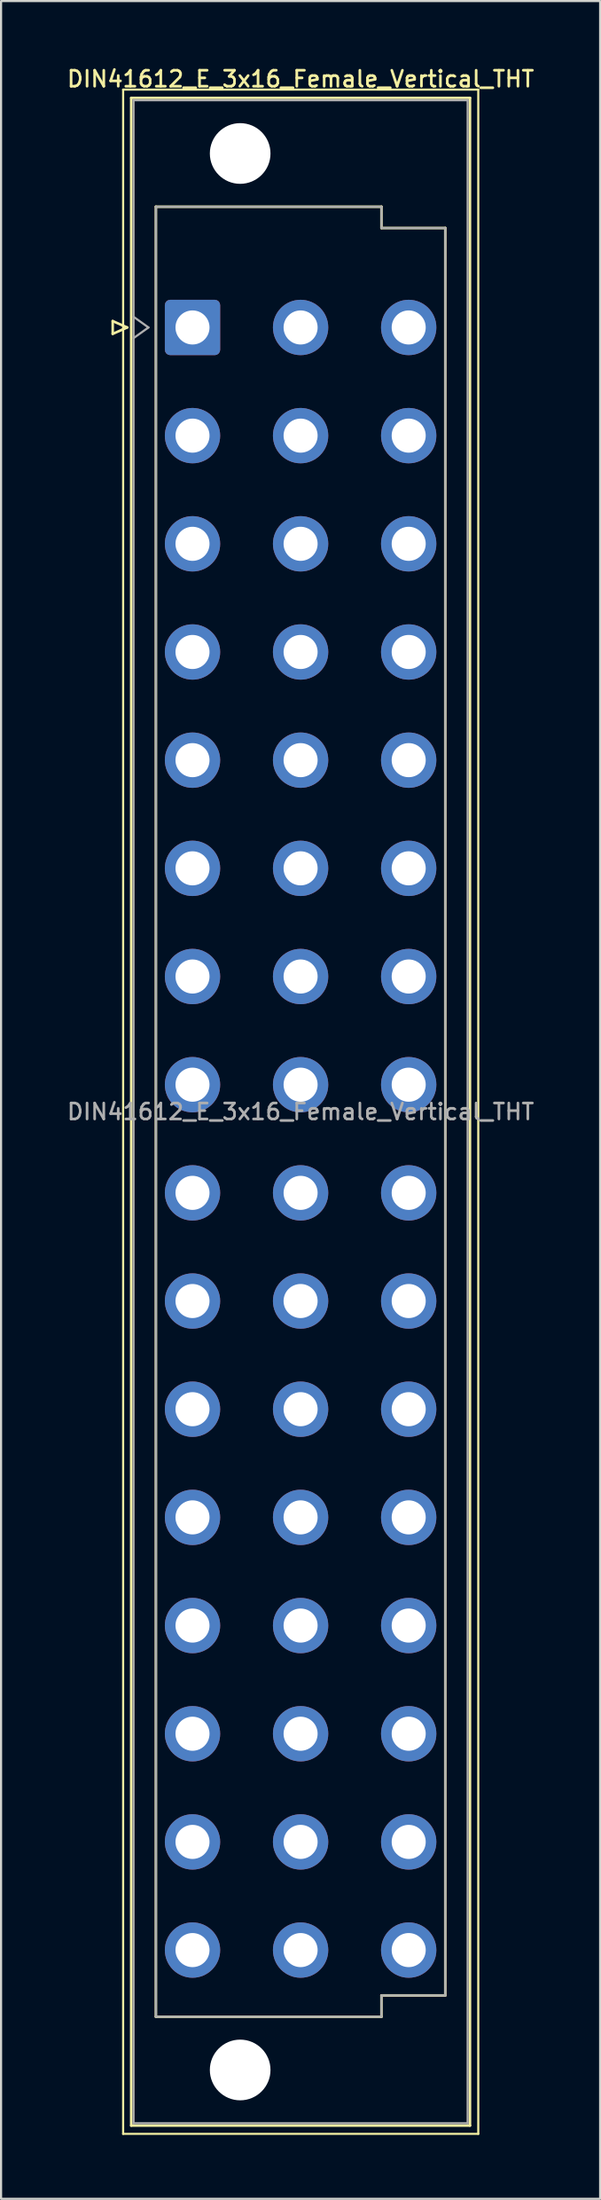
<source format=kicad_pcb>
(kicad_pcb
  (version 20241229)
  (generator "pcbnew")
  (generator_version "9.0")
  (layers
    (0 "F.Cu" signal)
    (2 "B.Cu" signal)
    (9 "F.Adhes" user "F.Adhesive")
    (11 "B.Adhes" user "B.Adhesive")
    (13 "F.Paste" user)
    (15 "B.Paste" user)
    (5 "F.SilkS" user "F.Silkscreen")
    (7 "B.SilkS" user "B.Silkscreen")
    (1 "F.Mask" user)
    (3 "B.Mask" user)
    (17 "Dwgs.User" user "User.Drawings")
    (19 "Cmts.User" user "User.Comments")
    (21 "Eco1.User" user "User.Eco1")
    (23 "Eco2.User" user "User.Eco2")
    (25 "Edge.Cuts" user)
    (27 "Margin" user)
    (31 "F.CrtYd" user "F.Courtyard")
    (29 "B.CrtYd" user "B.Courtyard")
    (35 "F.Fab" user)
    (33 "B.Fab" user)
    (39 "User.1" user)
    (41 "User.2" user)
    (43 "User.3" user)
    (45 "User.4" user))
  (footprint "DIN41612_E_3x16_Female_Vertical_THT"
    (layer "F.Cu")
    (at 5.997 9.788)
    (property "Reference" "DIN41612_E_3x16_Female_Vertical_THT" (at 5.08 -9.13 0) (layer "F.SilkS") (effects (font (size 0.75 0.75) (thickness 0.125))))
    (attr through_hole)
    (fp_line (start -3.75 2.24) (end -3.75 2.84) (stroke (width 0.12) (type solid)) (layer "F.SilkS"))
    (fp_line (start -3.75 2.84) (end -3.07 2.54) (stroke (width 0.12) (type solid)) (layer "F.SilkS"))
    (fp_line (start -3.26 -8.63) (end 13.43 -8.63) (stroke (width 0.1) (type solid)) (layer "F.SilkS"))
    (fp_line (start -3.26 87.37) (end -3.26 -8.63) (stroke (width 0.1) (type solid)) (layer "F.SilkS"))
    (fp_line (start -3.07 2.54) (end -3.75 2.24) (stroke (width 0.12) (type solid)) (layer "F.SilkS"))
    (fp_line (start -2.88 -8.24) (end 13.04 -8.24) (stroke (width 0.12) (type solid)) (layer "F.SilkS"))
    (fp_line (start -2.88 86.98) (end -2.88 -8.24) (stroke (width 0.12) (type solid)) (layer "F.SilkS"))
    (fp_line (start -1.72 -3.131) (end 8.88 -3.131) (stroke (width 0.12) (type solid)) (layer "F.SilkS"))
    (fp_line (start -1.72 81.87) (end -1.72 -3.131) (stroke (width 0.12) (type solid)) (layer "F.SilkS"))
    (fp_line (start 8.88 -3.131) (end 8.88 -2.131) (stroke (width 0.12) (type solid)) (layer "F.SilkS"))
    (fp_line (start 8.88 -2.131) (end 11.88 -2.131) (stroke (width 0.12) (type solid)) (layer "F.SilkS"))
    (fp_line (start 8.88 80.87) (end 8.88 81.87) (stroke (width 0.12) (type solid)) (layer "F.SilkS"))
    (fp_line (start 8.88 81.87) (end -1.72 81.87) (stroke (width 0.12) (type solid)) (layer "F.SilkS"))
    (fp_line (start 11.88 -2.131) (end 11.88 80.87) (stroke (width 0.12) (type solid)) (layer "F.SilkS"))
    (fp_line (start 11.88 80.87) (end 8.88 80.87) (stroke (width 0.12) (type solid)) (layer "F.SilkS"))
    (fp_line (start 13.04 -8.24) (end 13.04 86.98) (stroke (width 0.12) (type solid)) (layer "F.SilkS"))
    (fp_line (start 13.04 86.98) (end -2.88 86.98) (stroke (width 0.12) (type solid)) (layer "F.SilkS"))
    (fp_line (start 13.43 -8.63) (end 13.43 87.37) (stroke (width 0.1) (type solid)) (layer "F.SilkS"))
    (fp_line (start 13.43 87.37) (end -3.26 87.37) (stroke (width 0.1) (type solid)) (layer "F.SilkS"))
    (fp_line (start -2.77 -8.13) (end 12.93 -8.13) (stroke (width 0.1) (type solid)) (layer "F.Fab"))
    (fp_line (start -2.77 2.04) (end -2.07 2.54) (stroke (width 0.1) (type solid)) (layer "F.Fab"))
    (fp_line (start -2.77 86.87) (end -2.77 -8.13) (stroke (width 0.1) (type solid)) (layer "F.Fab"))
    (fp_line (start -2.07 2.54) (end -2.77 3.04) (stroke (width 0.1) (type solid)) (layer "F.Fab"))
    (fp_line (start -1.72 -3.13) (end 8.88 -3.13) (stroke (width 0.1) (type solid)) (layer "F.Fab"))
    (fp_line (start -1.72 81.87) (end -1.72 -3.13) (stroke (width 0.1) (type solid)) (layer "F.Fab"))
    (fp_line (start 8.88 -3.13) (end 8.88 -2.13) (stroke (width 0.1) (type solid)) (layer "F.Fab"))
    (fp_line (start 8.88 -2.13) (end 11.88 -2.13) (stroke (width 0.1) (type solid)) (layer "F.Fab"))
    (fp_line (start 8.88 80.87) (end 8.88 81.87) (stroke (width 0.1) (type solid)) (layer "F.Fab"))
    (fp_line (start 8.88 81.87) (end -1.72 81.87) (stroke (width 0.1) (type solid)) (layer "F.Fab"))
    (fp_line (start 11.88 -2.13) (end 11.88 80.87) (stroke (width 0.1) (type solid)) (layer "F.Fab"))
    (fp_line (start 11.88 80.87) (end 8.88 80.87) (stroke (width 0.1) (type solid)) (layer "F.Fab"))
    (fp_line (start 12.93 -8.13) (end 12.93 86.87) (stroke (width 0.1) (type solid)) (layer "F.Fab"))
    (fp_line (start 12.93 86.87) (end -2.77 86.87) (stroke (width 0.1) (type solid)) (layer "F.Fab"))
    (fp_text user "${REFERENCE}" (at 5.08 39.37 0) (layer "F.Fab") (effects (font (size 0.75 0.75) (thickness 0.125))))
    (pad "" np_thru_hole circle (at 2.24 -5.63) (size 2.85 2.85) (drill 2.85) (layers "*.Cu" "*.Mask"))
    (pad "" np_thru_hole circle (at 2.24 84.37) (size 2.85 2.85) (drill 2.85) (layers "*.Cu" "*.Mask"))
    (pad "a2" thru_hole roundrect (at 0 2.54) (size 2.6 2.6) (drill 1.6) (layers "*.Cu" "*.Mask") (roundrect_rratio 0.096))
    (pad "a4" thru_hole circle (at 0 7.62) (size 2.6 2.6) (drill 1.6) (layers "*.Cu" "*.Mask"))
    (pad "a6" thru_hole circle (at 0 12.7) (size 2.6 2.6) (drill 1.6) (layers "*.Cu" "*.Mask"))
    (pad "a8" thru_hole circle (at 0 17.78) (size 2.6 2.6) (drill 1.6) (layers "*.Cu" "*.Mask"))
    (pad "a10" thru_hole circle (at 0 22.86) (size 2.6 2.6) (drill 1.6) (layers "*.Cu" "*.Mask"))
    (pad "a12" thru_hole circle (at 0 27.94) (size 2.6 2.6) (drill 1.6) (layers "*.Cu" "*.Mask"))
    (pad "a14" thru_hole circle (at 0 33.02) (size 2.6 2.6) (drill 1.6) (layers "*.Cu" "*.Mask"))
    (pad "a16" thru_hole circle (at 0 38.1) (size 2.6 2.6) (drill 1.6) (layers "*.Cu" "*.Mask"))
    (pad "a18" thru_hole circle (at 0 43.18) (size 2.6 2.6) (drill 1.6) (layers "*.Cu" "*.Mask"))
    (pad "a20" thru_hole circle (at 0 48.26) (size 2.6 2.6) (drill 1.6) (layers "*.Cu" "*.Mask"))
    (pad "a22" thru_hole circle (at 0 53.34) (size 2.6 2.6) (drill 1.6) (layers "*.Cu" "*.Mask"))
    (pad "a24" thru_hole circle (at 0 58.42) (size 2.6 2.6) (drill 1.6) (layers "*.Cu" "*.Mask"))
    (pad "a26" thru_hole circle (at 0 63.5) (size 2.6 2.6) (drill 1.6) (layers "*.Cu" "*.Mask"))
    (pad "a28" thru_hole circle (at 0 68.58) (size 2.6 2.6) (drill 1.6) (layers "*.Cu" "*.Mask"))
    (pad "a30" thru_hole circle (at 0 73.66) (size 2.6 2.6) (drill 1.6) (layers "*.Cu" "*.Mask"))
    (pad "a32" thru_hole circle (at 0 78.74) (size 2.6 2.6) (drill 1.6) (layers "*.Cu" "*.Mask"))
    (pad "c2" thru_hole circle (at 5.08 2.54) (size 2.6 2.6) (drill 1.6) (layers "*.Cu" "*.Mask"))
    (pad "c4" thru_hole circle (at 5.08 7.62) (size 2.6 2.6) (drill 1.6) (layers "*.Cu" "*.Mask"))
    (pad "c6" thru_hole circle (at 5.08 12.7) (size 2.6 2.6) (drill 1.6) (layers "*.Cu" "*.Mask"))
    (pad "c8" thru_hole circle (at 5.08 17.78) (size 2.6 2.6) (drill 1.6) (layers "*.Cu" "*.Mask"))
    (pad "c10" thru_hole circle (at 5.08 22.86) (size 2.6 2.6) (drill 1.6) (layers "*.Cu" "*.Mask"))
    (pad "c12" thru_hole circle (at 5.08 27.94) (size 2.6 2.6) (drill 1.6) (layers "*.Cu" "*.Mask"))
    (pad "c14" thru_hole circle (at 5.08 33.02) (size 2.6 2.6) (drill 1.6) (layers "*.Cu" "*.Mask"))
    (pad "c16" thru_hole circle (at 5.08 38.1) (size 2.6 2.6) (drill 1.6) (layers "*.Cu" "*.Mask"))
    (pad "c18" thru_hole circle (at 5.08 43.18) (size 2.6 2.6) (drill 1.6) (layers "*.Cu" "*.Mask"))
    (pad "c20" thru_hole circle (at 5.08 48.26) (size 2.6 2.6) (drill 1.6) (layers "*.Cu" "*.Mask"))
    (pad "c22" thru_hole circle (at 5.08 53.34) (size 2.6 2.6) (drill 1.6) (layers "*.Cu" "*.Mask"))
    (pad "c24" thru_hole circle (at 5.08 58.42) (size 2.6 2.6) (drill 1.6) (layers "*.Cu" "*.Mask"))
    (pad "c26" thru_hole circle (at 5.08 63.5) (size 2.6 2.6) (drill 1.6) (layers "*.Cu" "*.Mask"))
    (pad "c28" thru_hole circle (at 5.08 68.58) (size 2.6 2.6) (drill 1.6) (layers "*.Cu" "*.Mask"))
    (pad "c30" thru_hole circle (at 5.08 73.66) (size 2.6 2.6) (drill 1.6) (layers "*.Cu" "*.Mask"))
    (pad "c32" thru_hole circle (at 5.08 78.74) (size 2.6 2.6) (drill 1.6) (layers "*.Cu" "*.Mask"))
    (pad "e2" thru_hole circle (at 10.16 2.54) (size 2.6 2.6) (drill 1.6) (layers "*.Cu" "*.Mask"))
    (pad "e4" thru_hole circle (at 10.16 7.62) (size 2.6 2.6) (drill 1.6) (layers "*.Cu" "*.Mask"))
    (pad "e6" thru_hole circle (at 10.16 12.7) (size 2.6 2.6) (drill 1.6) (layers "*.Cu" "*.Mask"))
    (pad "e8" thru_hole circle (at 10.16 17.78) (size 2.6 2.6) (drill 1.6) (layers "*.Cu" "*.Mask"))
    (pad "e10" thru_hole circle (at 10.16 22.86) (size 2.6 2.6) (drill 1.6) (layers "*.Cu" "*.Mask"))
    (pad "e12" thru_hole circle (at 10.16 27.94) (size 2.6 2.6) (drill 1.6) (layers "*.Cu" "*.Mask"))
    (pad "e14" thru_hole circle (at 10.16 33.02) (size 2.6 2.6) (drill 1.6) (layers "*.Cu" "*.Mask"))
    (pad "e16" thru_hole circle (at 10.16 38.1) (size 2.6 2.6) (drill 1.6) (layers "*.Cu" "*.Mask"))
    (pad "e18" thru_hole circle (at 10.16 43.18) (size 2.6 2.6) (drill 1.6) (layers "*.Cu" "*.Mask"))
    (pad "e20" thru_hole circle (at 10.16 48.26) (size 2.6 2.6) (drill 1.6) (layers "*.Cu" "*.Mask"))
    (pad "e22" thru_hole circle (at 10.16 53.34) (size 2.6 2.6) (drill 1.6) (layers "*.Cu" "*.Mask"))
    (pad "e24" thru_hole circle (at 10.16 58.42) (size 2.6 2.6) (drill 1.6) (layers "*.Cu" "*.Mask"))
    (pad "e26" thru_hole circle (at 10.16 63.5) (size 2.6 2.6) (drill 1.6) (layers "*.Cu" "*.Mask"))
    (pad "e28" thru_hole circle (at 10.16 68.58) (size 2.6 2.6) (drill 1.6) (layers "*.Cu" "*.Mask"))
    (pad "e30" thru_hole circle (at 10.16 73.66) (size 2.6 2.6) (drill 1.6) (layers "*.Cu" "*.Mask"))
    (pad "e32" thru_hole circle (at 10.16 78.74) (size 2.6 2.6) (drill 1.6) (layers "*.Cu" "*.Mask")))
  (gr_rect
    (start -3 -3)
    (end 25.154 100.208)
    (stroke (width 0.1) (type default))
    (fill no)
    (layer "Edge.Cuts")))
</source>
